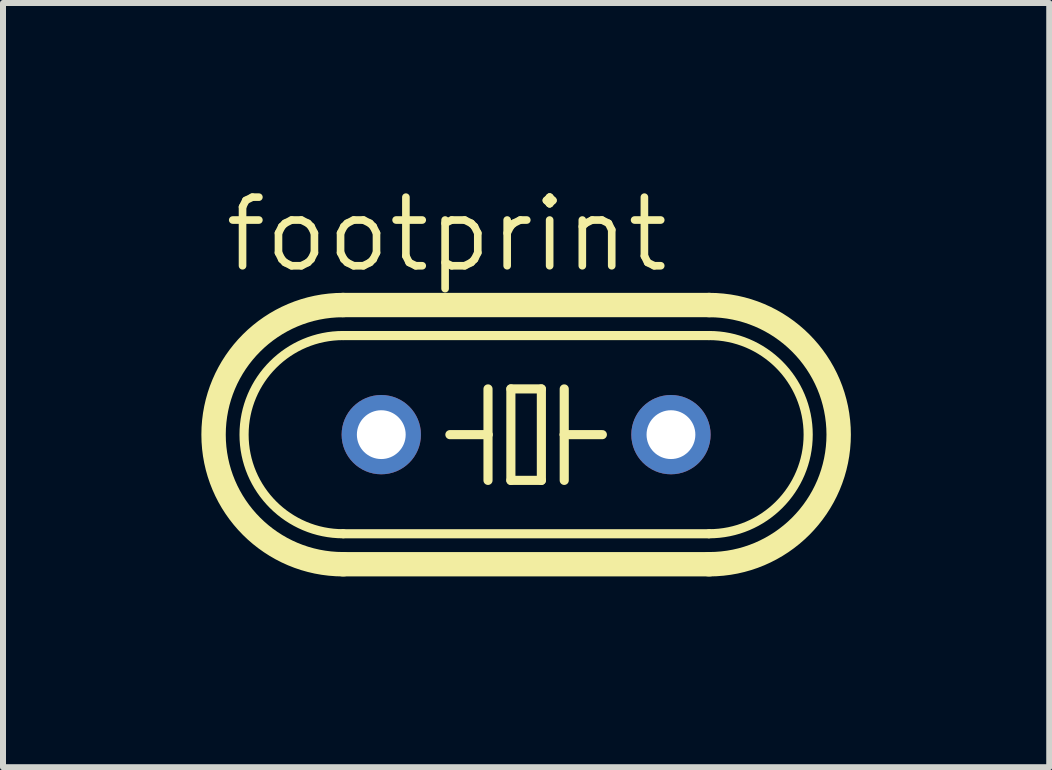
<source format=kicad_pcb>
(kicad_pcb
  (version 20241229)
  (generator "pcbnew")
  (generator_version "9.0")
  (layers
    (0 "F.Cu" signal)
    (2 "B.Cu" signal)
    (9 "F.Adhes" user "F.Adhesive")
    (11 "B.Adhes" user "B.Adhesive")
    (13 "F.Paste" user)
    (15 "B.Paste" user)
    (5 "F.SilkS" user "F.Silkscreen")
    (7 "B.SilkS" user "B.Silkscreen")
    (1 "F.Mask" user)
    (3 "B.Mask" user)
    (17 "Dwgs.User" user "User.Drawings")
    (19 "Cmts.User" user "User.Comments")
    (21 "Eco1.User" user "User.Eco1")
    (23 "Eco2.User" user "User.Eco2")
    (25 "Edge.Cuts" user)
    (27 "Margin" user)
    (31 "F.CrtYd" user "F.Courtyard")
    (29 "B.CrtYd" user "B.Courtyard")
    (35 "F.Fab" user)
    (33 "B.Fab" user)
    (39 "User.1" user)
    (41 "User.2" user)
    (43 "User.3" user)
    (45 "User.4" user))
  (footprint "footprint"
    (layer "F.Cu")
    (at 5.715 4.191)
    (property "Reference" "footprint" (at -5.08 -2.667 0) (layer "F.SilkS") (effects (font (size 1.143 1.143) (thickness 0.127)) (justify left bottom)))
    (fp_line (start -3.048 -2.159) (end 3.048 -2.159) (stroke (width 0.406) (type solid)) (layer "F.SilkS"))
    (fp_line (start -3.048 1.651) (end 3.048 1.651) (stroke (width 0.152) (type solid)) (layer "F.SilkS"))
    (fp_line (start -3.048 2.159) (end 3.048 2.159) (stroke (width 0.406) (type solid)) (layer "F.SilkS"))
    (fp_line (start -0.635 -0.762) (end -0.635 0) (stroke (width 0.152) (type solid)) (layer "F.SilkS"))
    (fp_line (start -0.635 0) (end -1.27 0) (stroke (width 0.152) (type solid)) (layer "F.SilkS"))
    (fp_line (start -0.635 0) (end -0.635 0.762) (stroke (width 0.152) (type solid)) (layer "F.SilkS"))
    (fp_line (start -0.254 -0.762) (end 0.254 -0.762) (stroke (width 0.152) (type solid)) (layer "F.SilkS"))
    (fp_line (start -0.254 0.762) (end -0.254 -0.762) (stroke (width 0.152) (type solid)) (layer "F.SilkS"))
    (fp_line (start 0.254 -0.762) (end 0.254 0.762) (stroke (width 0.152) (type solid)) (layer "F.SilkS"))
    (fp_line (start 0.254 0.762) (end -0.254 0.762) (stroke (width 0.152) (type solid)) (layer "F.SilkS"))
    (fp_line (start 0.635 -0.762) (end 0.635 0) (stroke (width 0.152) (type solid)) (layer "F.SilkS"))
    (fp_line (start 0.635 0) (end 0.635 0.762) (stroke (width 0.152) (type solid)) (layer "F.SilkS"))
    (fp_line (start 0.635 0) (end 1.27 0) (stroke (width 0.152) (type solid)) (layer "F.SilkS"))
    (fp_line (start 3.048 -1.651) (end -3.048 -1.651) (stroke (width 0.152) (type solid)) (layer "F.SilkS"))
    (fp_arc (start -3.048 1.651) (mid -4.699 0) (end -3.048 -1.651) (stroke (width 0.1524) (type solid)) (layer "F.SilkS"))
    (fp_arc (start -3.048 2.159) (mid -5.207 0) (end -3.048 -2.159) (stroke (width 0.4064) (type solid)) (layer "F.SilkS"))
    (fp_arc (start 3.048 -2.159) (mid 5.207 0) (end 3.048 2.159) (stroke (width 0.4064) (type solid)) (layer "F.SilkS"))
    (fp_arc (start 3.048 -1.651) (mid 4.699 0) (end 3.048 1.651) (stroke (width 0.1524) (type solid)) (layer "F.SilkS"))
    (pad "1" thru_hole circle (at -2.413 0) (size 1.321 1.321) (drill 0.813) (layers "*.Cu" "*.Mask"))
    (pad "2" thru_hole circle (at 2.413 0) (size 1.321 1.321) (drill 0.813) (layers "*.Cu" "*.Mask"))
    (zone (net_name "") (layers "F.Cu" "B.Cu") (hatch edge 0.508) (connect_pads) (min_thickness 0.254) (filled_areas_thickness no) (keepout (tracks allowed) (vias not_allowed) (pads allowed) (copperpour allowed) (footprints allowed)) (placement (enabled no)) (fill) (polygon (pts (xy 0 5.461) (xy 0.635 5.461) (xy 0.635 2.921) (xy 0 2.921))))
    (zone (net_name "") (layers "F.Cu" "B.Cu") (hatch edge 0.508) (connect_pads) (min_thickness 0.254) (filled_areas_thickness no) (keepout (tracks allowed) (vias not_allowed) (pads allowed) (copperpour allowed) (footprints allowed)) (placement (enabled no)) (fill) (polygon (pts (xy 0.635 6.096) (xy 1.27 6.096) (xy 1.27 2.286) (xy 0.635 2.286))))
    (zone (net_name "") (layers "F.Cu" "B.Cu") (hatch edge 0.508) (connect_pads) (min_thickness 0.254) (filled_areas_thickness no) (keepout (tracks allowed) (vias not_allowed) (pads allowed) (copperpour allowed) (footprints allowed)) (placement (enabled no)) (fill) (polygon (pts (xy 1.27 6.731) (xy 10.16 6.731) (xy 10.16 1.651) (xy 1.27 1.651))))
    (zone (net_name "") (layers "F.Cu" "B.Cu") (hatch edge 0.508) (connect_pads) (min_thickness 0.254) (filled_areas_thickness no) (keepout (tracks allowed) (vias not_allowed) (pads allowed) (copperpour allowed) (footprints allowed)) (placement (enabled no)) (fill) (polygon (pts (xy 10.16 6.096) (xy 10.795 6.096) (xy 10.795 2.286) (xy 10.16 2.286))))
    (zone (net_name "") (layers "F.Cu" "B.Cu") (hatch edge 0.508) (connect_pads) (min_thickness 0.254) (filled_areas_thickness no) (keepout (tracks allowed) (vias not_allowed) (pads allowed) (copperpour allowed) (footprints allowed)) (placement (enabled no)) (fill) (polygon (pts (xy 10.795 5.461) (xy 11.43 5.461) (xy 11.43 2.921) (xy 10.795 2.921)))))
  (gr_rect
    (start -3 -3)
    (end 14.43 9.731)
    (stroke (width 0.1) (type default))
    (fill no)
    (layer "Edge.Cuts")))
</source>
